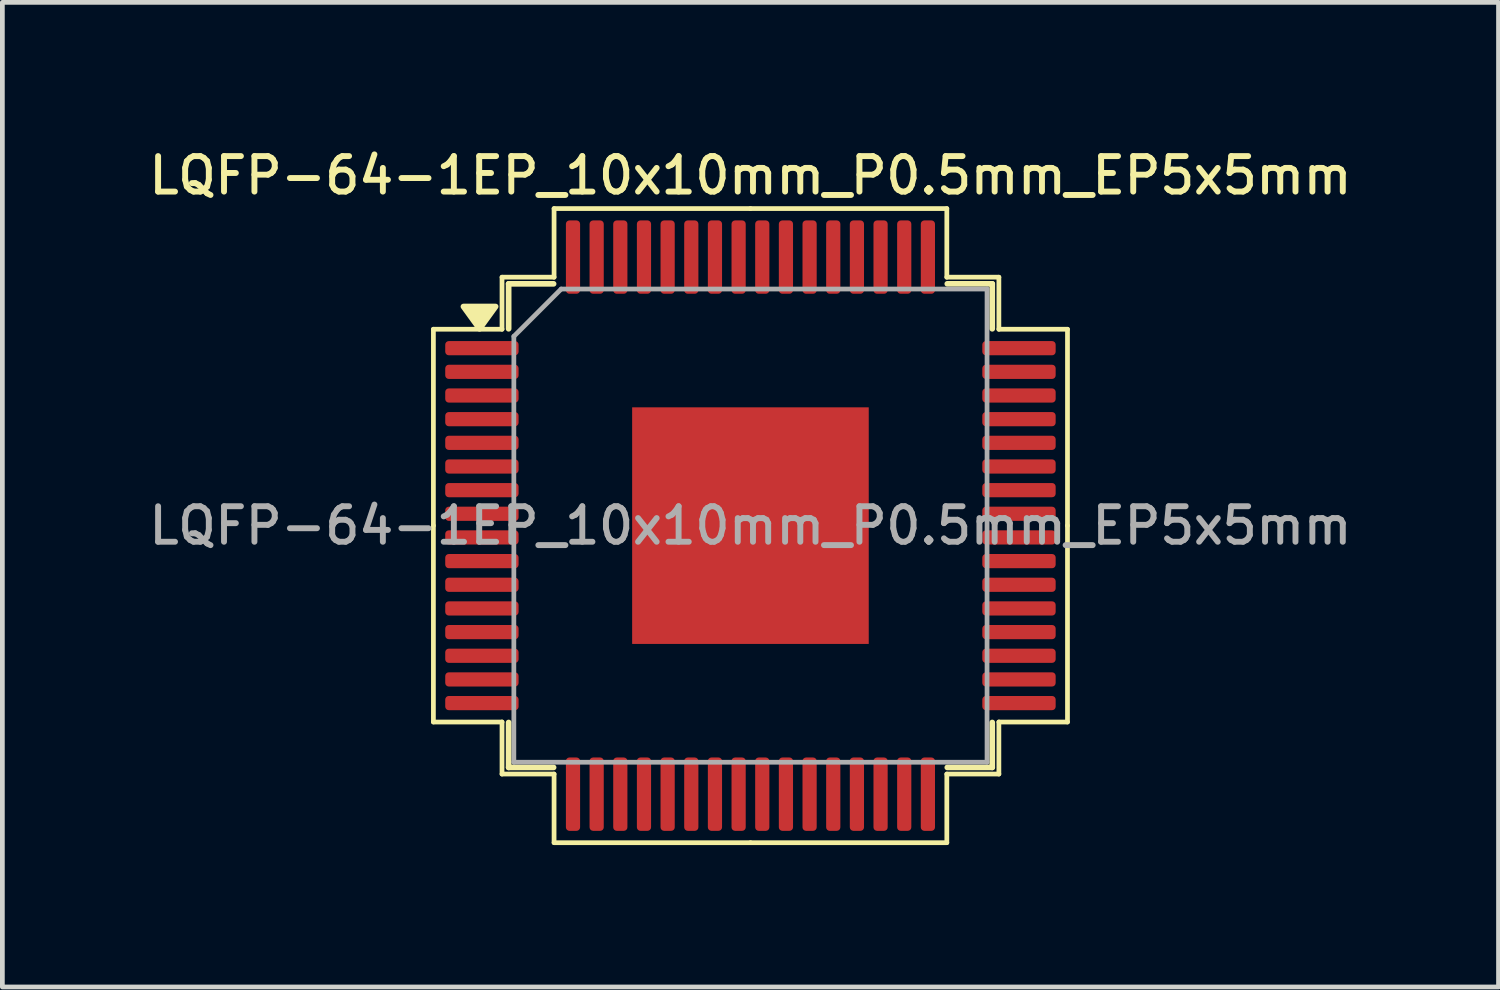
<source format=kicad_pcb>
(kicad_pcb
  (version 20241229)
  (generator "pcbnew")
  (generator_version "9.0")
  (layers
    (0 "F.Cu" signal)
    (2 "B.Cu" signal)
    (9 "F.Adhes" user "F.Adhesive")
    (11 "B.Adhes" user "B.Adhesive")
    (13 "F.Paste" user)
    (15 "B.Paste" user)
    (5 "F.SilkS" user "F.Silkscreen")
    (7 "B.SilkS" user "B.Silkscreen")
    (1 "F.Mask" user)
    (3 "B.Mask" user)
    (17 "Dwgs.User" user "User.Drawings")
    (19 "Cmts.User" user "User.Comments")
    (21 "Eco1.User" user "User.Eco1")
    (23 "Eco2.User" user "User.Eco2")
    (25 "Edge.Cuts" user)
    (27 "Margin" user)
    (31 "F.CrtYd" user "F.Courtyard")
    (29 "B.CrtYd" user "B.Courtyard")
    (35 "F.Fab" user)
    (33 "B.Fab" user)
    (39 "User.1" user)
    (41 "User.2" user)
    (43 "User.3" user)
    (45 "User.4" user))
  (footprint "LQFP-64-1EP_10x10mm_P0.5mm_EP5x5mm"
    (layer "F.Cu")
    (at 12.809 8.058)
    (property "Reference" "LQFP-64-1EP_10x10mm_P0.5mm_EP5x5mm" (at 0 -7.4 0) (layer "F.SilkS") (effects (font (size 0.75 0.75) (thickness 0.125))))
    (attr smd)
    (fp_line (start -6.7 -4.15) (end -6.7 0) (stroke (width 0.1) (type solid)) (layer "F.SilkS"))
    (fp_line (start -6.7 4.15) (end -6.7 0) (stroke (width 0.1) (type solid)) (layer "F.SilkS"))
    (fp_line (start -5.25 -5.25) (end -5.25 -4.15) (stroke (width 0.1) (type solid)) (layer "F.SilkS"))
    (fp_line (start -5.25 -4.15) (end -6.7 -4.15) (stroke (width 0.1) (type solid)) (layer "F.SilkS"))
    (fp_line (start -5.25 4.15) (end -6.7 4.15) (stroke (width 0.1) (type solid)) (layer "F.SilkS"))
    (fp_line (start -5.25 5.25) (end -5.25 4.15) (stroke (width 0.1) (type solid)) (layer "F.SilkS"))
    (fp_line (start -5.11 -5.11) (end -5.11 -4.16) (stroke (width 0.12) (type solid)) (layer "F.SilkS"))
    (fp_line (start -5.11 5.11) (end -5.11 4.16) (stroke (width 0.12) (type solid)) (layer "F.SilkS"))
    (fp_line (start -4.16 -5.11) (end -5.11 -5.11) (stroke (width 0.12) (type solid)) (layer "F.SilkS"))
    (fp_line (start -4.16 5.11) (end -5.11 5.11) (stroke (width 0.12) (type solid)) (layer "F.SilkS"))
    (fp_line (start -4.15 -6.7) (end -4.15 -5.25) (stroke (width 0.1) (type solid)) (layer "F.SilkS"))
    (fp_line (start -4.15 -5.25) (end -5.25 -5.25) (stroke (width 0.1) (type solid)) (layer "F.SilkS"))
    (fp_line (start -4.15 5.25) (end -5.25 5.25) (stroke (width 0.1) (type solid)) (layer "F.SilkS"))
    (fp_line (start -4.15 6.7) (end -4.15 5.25) (stroke (width 0.1) (type solid)) (layer "F.SilkS"))
    (fp_line (start 0 -6.7) (end -4.15 -6.7) (stroke (width 0.1) (type solid)) (layer "F.SilkS"))
    (fp_line (start 0 -6.7) (end 4.15 -6.7) (stroke (width 0.1) (type solid)) (layer "F.SilkS"))
    (fp_line (start 0 6.7) (end -4.15 6.7) (stroke (width 0.1) (type solid)) (layer "F.SilkS"))
    (fp_line (start 0 6.7) (end 4.15 6.7) (stroke (width 0.1) (type solid)) (layer "F.SilkS"))
    (fp_line (start 4.15 -6.7) (end 4.15 -5.25) (stroke (width 0.1) (type solid)) (layer "F.SilkS"))
    (fp_line (start 4.15 -5.25) (end 5.25 -5.25) (stroke (width 0.1) (type solid)) (layer "F.SilkS"))
    (fp_line (start 4.15 5.25) (end 5.25 5.25) (stroke (width 0.1) (type solid)) (layer "F.SilkS"))
    (fp_line (start 4.15 6.7) (end 4.15 5.25) (stroke (width 0.1) (type solid)) (layer "F.SilkS"))
    (fp_line (start 4.16 -5.11) (end 5.11 -5.11) (stroke (width 0.12) (type solid)) (layer "F.SilkS"))
    (fp_line (start 4.16 5.11) (end 5.11 5.11) (stroke (width 0.12) (type solid)) (layer "F.SilkS"))
    (fp_line (start 5.11 -5.11) (end 5.11 -4.16) (stroke (width 0.12) (type solid)) (layer "F.SilkS"))
    (fp_line (start 5.11 5.11) (end 5.11 4.16) (stroke (width 0.12) (type solid)) (layer "F.SilkS"))
    (fp_line (start 5.25 -5.25) (end 5.25 -4.15) (stroke (width 0.1) (type solid)) (layer "F.SilkS"))
    (fp_line (start 5.25 -4.15) (end 6.7 -4.15) (stroke (width 0.1) (type solid)) (layer "F.SilkS"))
    (fp_line (start 5.25 4.15) (end 6.7 4.15) (stroke (width 0.1) (type solid)) (layer "F.SilkS"))
    (fp_line (start 5.25 5.25) (end 5.25 4.15) (stroke (width 0.1) (type solid)) (layer "F.SilkS"))
    (fp_line (start 6.7 -4.15) (end 6.7 0) (stroke (width 0.1) (type solid)) (layer "F.SilkS"))
    (fp_line (start 6.7 4.15) (end 6.7 0) (stroke (width 0.1) (type solid)) (layer "F.SilkS"))
    (fp_poly (pts (xy -5.725 -4.16) (xy -6.065 -4.63) (xy -5.385 -4.63) (xy -5.725 -4.16)) (stroke (width 0.12) (type solid)) (fill yes) (layer "F.SilkS"))
    (fp_line (start -5 -4) (end -4 -5) (stroke (width 0.1) (type solid)) (layer "F.Fab"))
    (fp_line (start -5 5) (end -5 -4) (stroke (width 0.1) (type solid)) (layer "F.Fab"))
    (fp_line (start -4 -5) (end 5 -5) (stroke (width 0.1) (type solid)) (layer "F.Fab"))
    (fp_line (start 5 -5) (end 5 5) (stroke (width 0.1) (type solid)) (layer "F.Fab"))
    (fp_line (start 5 5) (end -5 5) (stroke (width 0.1) (type solid)) (layer "F.Fab"))
    (fp_text user "${REFERENCE}" (at 0 0 0) (layer "F.Fab") (effects (font (size 0.75 0.75) (thickness 0.125))))
    (pad "" smd roundrect (at -2 -2) (size 0.81 0.81) (layers "F.Paste") (roundrect_rratio 0.25))
    (pad "" smd roundrect (at -2 -1) (size 0.81 0.81) (layers "F.Paste") (roundrect_rratio 0.25))
    (pad "" smd roundrect (at -2 0) (size 0.81 0.81) (layers "F.Paste") (roundrect_rratio 0.25))
    (pad "" smd roundrect (at -2 1) (size 0.81 0.81) (layers "F.Paste") (roundrect_rratio 0.25))
    (pad "" smd roundrect (at -2 2) (size 0.81 0.81) (layers "F.Paste") (roundrect_rratio 0.25))
    (pad "" smd roundrect (at -1 -2) (size 0.81 0.81) (layers "F.Paste") (roundrect_rratio 0.25))
    (pad "" smd roundrect (at -1 -1) (size 0.81 0.81) (layers "F.Paste") (roundrect_rratio 0.25))
    (pad "" smd roundrect (at -1 0) (size 0.81 0.81) (layers "F.Paste") (roundrect_rratio 0.25))
    (pad "" smd roundrect (at -1 1) (size 0.81 0.81) (layers "F.Paste") (roundrect_rratio 0.25))
    (pad "" smd roundrect (at -1 2) (size 0.81 0.81) (layers "F.Paste") (roundrect_rratio 0.25))
    (pad "" smd roundrect (at 0 -2) (size 0.81 0.81) (layers "F.Paste") (roundrect_rratio 0.25))
    (pad "" smd roundrect (at 0 -1) (size 0.81 0.81) (layers "F.Paste") (roundrect_rratio 0.25))
    (pad "" smd roundrect (at 0 0) (size 0.81 0.81) (layers "F.Paste") (roundrect_rratio 0.25))
    (pad "" smd roundrect (at 0 1) (size 0.81 0.81) (layers "F.Paste") (roundrect_rratio 0.25))
    (pad "" smd roundrect (at 0 2) (size 0.81 0.81) (layers "F.Paste") (roundrect_rratio 0.25))
    (pad "" smd roundrect (at 1 -2) (size 0.81 0.81) (layers "F.Paste") (roundrect_rratio 0.25))
    (pad "" smd roundrect (at 1 -1) (size 0.81 0.81) (layers "F.Paste") (roundrect_rratio 0.25))
    (pad "" smd roundrect (at 1 0) (size 0.81 0.81) (layers "F.Paste") (roundrect_rratio 0.25))
    (pad "" smd roundrect (at 1 1) (size 0.81 0.81) (layers "F.Paste") (roundrect_rratio 0.25))
    (pad "" smd roundrect (at 1 2) (size 0.81 0.81) (layers "F.Paste") (roundrect_rratio 0.25))
    (pad "" smd roundrect (at 2 -2) (size 0.81 0.81) (layers "F.Paste") (roundrect_rratio 0.25))
    (pad "" smd roundrect (at 2 -1) (size 0.81 0.81) (layers "F.Paste") (roundrect_rratio 0.25))
    (pad "" smd roundrect (at 2 0) (size 0.81 0.81) (layers "F.Paste") (roundrect_rratio 0.25))
    (pad "" smd roundrect (at 2 1) (size 0.81 0.81) (layers "F.Paste") (roundrect_rratio 0.25))
    (pad "" smd roundrect (at 2 2) (size 0.81 0.81) (layers "F.Paste") (roundrect_rratio 0.25))
    (pad "1" smd roundrect (at -5.675 -3.75) (size 1.55 0.3) (layers "F.Cu" "F.Mask" "F.Paste") (roundrect_rratio 0.25))
    (pad "2" smd roundrect (at -5.675 -3.25) (size 1.55 0.3) (layers "F.Cu" "F.Mask" "F.Paste") (roundrect_rratio 0.25))
    (pad "3" smd roundrect (at -5.675 -2.75) (size 1.55 0.3) (layers "F.Cu" "F.Mask" "F.Paste") (roundrect_rratio 0.25))
    (pad "4" smd roundrect (at -5.675 -2.25) (size 1.55 0.3) (layers "F.Cu" "F.Mask" "F.Paste") (roundrect_rratio 0.25))
    (pad "5" smd roundrect (at -5.675 -1.75) (size 1.55 0.3) (layers "F.Cu" "F.Mask" "F.Paste") (roundrect_rratio 0.25))
    (pad "6" smd roundrect (at -5.675 -1.25) (size 1.55 0.3) (layers "F.Cu" "F.Mask" "F.Paste") (roundrect_rratio 0.25))
    (pad "7" smd roundrect (at -5.675 -0.75) (size 1.55 0.3) (layers "F.Cu" "F.Mask" "F.Paste") (roundrect_rratio 0.25))
    (pad "8" smd roundrect (at -5.675 -0.25) (size 1.55 0.3) (layers "F.Cu" "F.Mask" "F.Paste") (roundrect_rratio 0.25))
    (pad "9" smd roundrect (at -5.675 0.25) (size 1.55 0.3) (layers "F.Cu" "F.Mask" "F.Paste") (roundrect_rratio 0.25))
    (pad "10" smd roundrect (at -5.675 0.75) (size 1.55 0.3) (layers "F.Cu" "F.Mask" "F.Paste") (roundrect_rratio 0.25))
    (pad "11" smd roundrect (at -5.675 1.25) (size 1.55 0.3) (layers "F.Cu" "F.Mask" "F.Paste") (roundrect_rratio 0.25))
    (pad "12" smd roundrect (at -5.675 1.75) (size 1.55 0.3) (layers "F.Cu" "F.Mask" "F.Paste") (roundrect_rratio 0.25))
    (pad "13" smd roundrect (at -5.675 2.25) (size 1.55 0.3) (layers "F.Cu" "F.Mask" "F.Paste") (roundrect_rratio 0.25))
    (pad "14" smd roundrect (at -5.675 2.75) (size 1.55 0.3) (layers "F.Cu" "F.Mask" "F.Paste") (roundrect_rratio 0.25))
    (pad "15" smd roundrect (at -5.675 3.25) (size 1.55 0.3) (layers "F.Cu" "F.Mask" "F.Paste") (roundrect_rratio 0.25))
    (pad "16" smd roundrect (at -5.675 3.75) (size 1.55 0.3) (layers "F.Cu" "F.Mask" "F.Paste") (roundrect_rratio 0.25))
    (pad "17" smd roundrect (at -3.75 5.675) (size 0.3 1.55) (layers "F.Cu" "F.Mask" "F.Paste") (roundrect_rratio 0.25))
    (pad "18" smd roundrect (at -3.25 5.675) (size 0.3 1.55) (layers "F.Cu" "F.Mask" "F.Paste") (roundrect_rratio 0.25))
    (pad "19" smd roundrect (at -2.75 5.675) (size 0.3 1.55) (layers "F.Cu" "F.Mask" "F.Paste") (roundrect_rratio 0.25))
    (pad "20" smd roundrect (at -2.25 5.675) (size 0.3 1.55) (layers "F.Cu" "F.Mask" "F.Paste") (roundrect_rratio 0.25))
    (pad "21" smd roundrect (at -1.75 5.675) (size 0.3 1.55) (layers "F.Cu" "F.Mask" "F.Paste") (roundrect_rratio 0.25))
    (pad "22" smd roundrect (at -1.25 5.675) (size 0.3 1.55) (layers "F.Cu" "F.Mask" "F.Paste") (roundrect_rratio 0.25))
    (pad "23" smd roundrect (at -0.75 5.675) (size 0.3 1.55) (layers "F.Cu" "F.Mask" "F.Paste") (roundrect_rratio 0.25))
    (pad "24" smd roundrect (at -0.25 5.675) (size 0.3 1.55) (layers "F.Cu" "F.Mask" "F.Paste") (roundrect_rratio 0.25))
    (pad "25" smd roundrect (at 0.25 5.675) (size 0.3 1.55) (layers "F.Cu" "F.Mask" "F.Paste") (roundrect_rratio 0.25))
    (pad "26" smd roundrect (at 0.75 5.675) (size 0.3 1.55) (layers "F.Cu" "F.Mask" "F.Paste") (roundrect_rratio 0.25))
    (pad "27" smd roundrect (at 1.25 5.675) (size 0.3 1.55) (layers "F.Cu" "F.Mask" "F.Paste") (roundrect_rratio 0.25))
    (pad "28" smd roundrect (at 1.75 5.675) (size 0.3 1.55) (layers "F.Cu" "F.Mask" "F.Paste") (roundrect_rratio 0.25))
    (pad "29" smd roundrect (at 2.25 5.675) (size 0.3 1.55) (layers "F.Cu" "F.Mask" "F.Paste") (roundrect_rratio 0.25))
    (pad "30" smd roundrect (at 2.75 5.675) (size 0.3 1.55) (layers "F.Cu" "F.Mask" "F.Paste") (roundrect_rratio 0.25))
    (pad "31" smd roundrect (at 3.25 5.675) (size 0.3 1.55) (layers "F.Cu" "F.Mask" "F.Paste") (roundrect_rratio 0.25))
    (pad "32" smd roundrect (at 3.75 5.675) (size 0.3 1.55) (layers "F.Cu" "F.Mask" "F.Paste") (roundrect_rratio 0.25))
    (pad "33" smd roundrect (at 5.675 3.75) (size 1.55 0.3) (layers "F.Cu" "F.Mask" "F.Paste") (roundrect_rratio 0.25))
    (pad "34" smd roundrect (at 5.675 3.25) (size 1.55 0.3) (layers "F.Cu" "F.Mask" "F.Paste") (roundrect_rratio 0.25))
    (pad "35" smd roundrect (at 5.675 2.75) (size 1.55 0.3) (layers "F.Cu" "F.Mask" "F.Paste") (roundrect_rratio 0.25))
    (pad "36" smd roundrect (at 5.675 2.25) (size 1.55 0.3) (layers "F.Cu" "F.Mask" "F.Paste") (roundrect_rratio 0.25))
    (pad "37" smd roundrect (at 5.675 1.75) (size 1.55 0.3) (layers "F.Cu" "F.Mask" "F.Paste") (roundrect_rratio 0.25))
    (pad "38" smd roundrect (at 5.675 1.25) (size 1.55 0.3) (layers "F.Cu" "F.Mask" "F.Paste") (roundrect_rratio 0.25))
    (pad "39" smd roundrect (at 5.675 0.75) (size 1.55 0.3) (layers "F.Cu" "F.Mask" "F.Paste") (roundrect_rratio 0.25))
    (pad "40" smd roundrect (at 5.675 0.25) (size 1.55 0.3) (layers "F.Cu" "F.Mask" "F.Paste") (roundrect_rratio 0.25))
    (pad "41" smd roundrect (at 5.675 -0.25) (size 1.55 0.3) (layers "F.Cu" "F.Mask" "F.Paste") (roundrect_rratio 0.25))
    (pad "42" smd roundrect (at 5.675 -0.75) (size 1.55 0.3) (layers "F.Cu" "F.Mask" "F.Paste") (roundrect_rratio 0.25))
    (pad "43" smd roundrect (at 5.675 -1.25) (size 1.55 0.3) (layers "F.Cu" "F.Mask" "F.Paste") (roundrect_rratio 0.25))
    (pad "44" smd roundrect (at 5.675 -1.75) (size 1.55 0.3) (layers "F.Cu" "F.Mask" "F.Paste") (roundrect_rratio 0.25))
    (pad "45" smd roundrect (at 5.675 -2.25) (size 1.55 0.3) (layers "F.Cu" "F.Mask" "F.Paste") (roundrect_rratio 0.25))
    (pad "46" smd roundrect (at 5.675 -2.75) (size 1.55 0.3) (layers "F.Cu" "F.Mask" "F.Paste") (roundrect_rratio 0.25))
    (pad "47" smd roundrect (at 5.675 -3.25) (size 1.55 0.3) (layers "F.Cu" "F.Mask" "F.Paste") (roundrect_rratio 0.25))
    (pad "48" smd roundrect (at 5.675 -3.75) (size 1.55 0.3) (layers "F.Cu" "F.Mask" "F.Paste") (roundrect_rratio 0.25))
    (pad "49" smd roundrect (at 3.75 -5.675) (size 0.3 1.55) (layers "F.Cu" "F.Mask" "F.Paste") (roundrect_rratio 0.25))
    (pad "50" smd roundrect (at 3.25 -5.675) (size 0.3 1.55) (layers "F.Cu" "F.Mask" "F.Paste") (roundrect_rratio 0.25))
    (pad "51" smd roundrect (at 2.75 -5.675) (size 0.3 1.55) (layers "F.Cu" "F.Mask" "F.Paste") (roundrect_rratio 0.25))
    (pad "52" smd roundrect (at 2.25 -5.675) (size 0.3 1.55) (layers "F.Cu" "F.Mask" "F.Paste") (roundrect_rratio 0.25))
    (pad "53" smd roundrect (at 1.75 -5.675) (size 0.3 1.55) (layers "F.Cu" "F.Mask" "F.Paste") (roundrect_rratio 0.25))
    (pad "54" smd roundrect (at 1.25 -5.675) (size 0.3 1.55) (layers "F.Cu" "F.Mask" "F.Paste") (roundrect_rratio 0.25))
    (pad "55" smd roundrect (at 0.75 -5.675) (size 0.3 1.55) (layers "F.Cu" "F.Mask" "F.Paste") (roundrect_rratio 0.25))
    (pad "56" smd roundrect (at 0.25 -5.675) (size 0.3 1.55) (layers "F.Cu" "F.Mask" "F.Paste") (roundrect_rratio 0.25))
    (pad "57" smd roundrect (at -0.25 -5.675) (size 0.3 1.55) (layers "F.Cu" "F.Mask" "F.Paste") (roundrect_rratio 0.25))
    (pad "58" smd roundrect (at -0.75 -5.675) (size 0.3 1.55) (layers "F.Cu" "F.Mask" "F.Paste") (roundrect_rratio 0.25))
    (pad "59" smd roundrect (at -1.25 -5.675) (size 0.3 1.55) (layers "F.Cu" "F.Mask" "F.Paste") (roundrect_rratio 0.25))
    (pad "60" smd roundrect (at -1.75 -5.675) (size 0.3 1.55) (layers "F.Cu" "F.Mask" "F.Paste") (roundrect_rratio 0.25))
    (pad "61" smd roundrect (at -2.25 -5.675) (size 0.3 1.55) (layers "F.Cu" "F.Mask" "F.Paste") (roundrect_rratio 0.25))
    (pad "62" smd roundrect (at -2.75 -5.675) (size 0.3 1.55) (layers "F.Cu" "F.Mask" "F.Paste") (roundrect_rratio 0.25))
    (pad "63" smd roundrect (at -3.25 -5.675) (size 0.3 1.55) (layers "F.Cu" "F.Mask" "F.Paste") (roundrect_rratio 0.25))
    (pad "64" smd roundrect (at -3.75 -5.675) (size 0.3 1.55) (layers "F.Cu" "F.Mask" "F.Paste") (roundrect_rratio 0.25))
    (pad "65" smd rect (at 0 0) (size 5 5) (property pad_prop_heatsink) (layers "F.Cu" "F.Mask")))
  (gr_rect
    (start -3 -3)
    (end 28.618 17.808)
    (stroke (width 0.1) (type default))
    (fill no)
    (layer "Edge.Cuts")))
</source>
